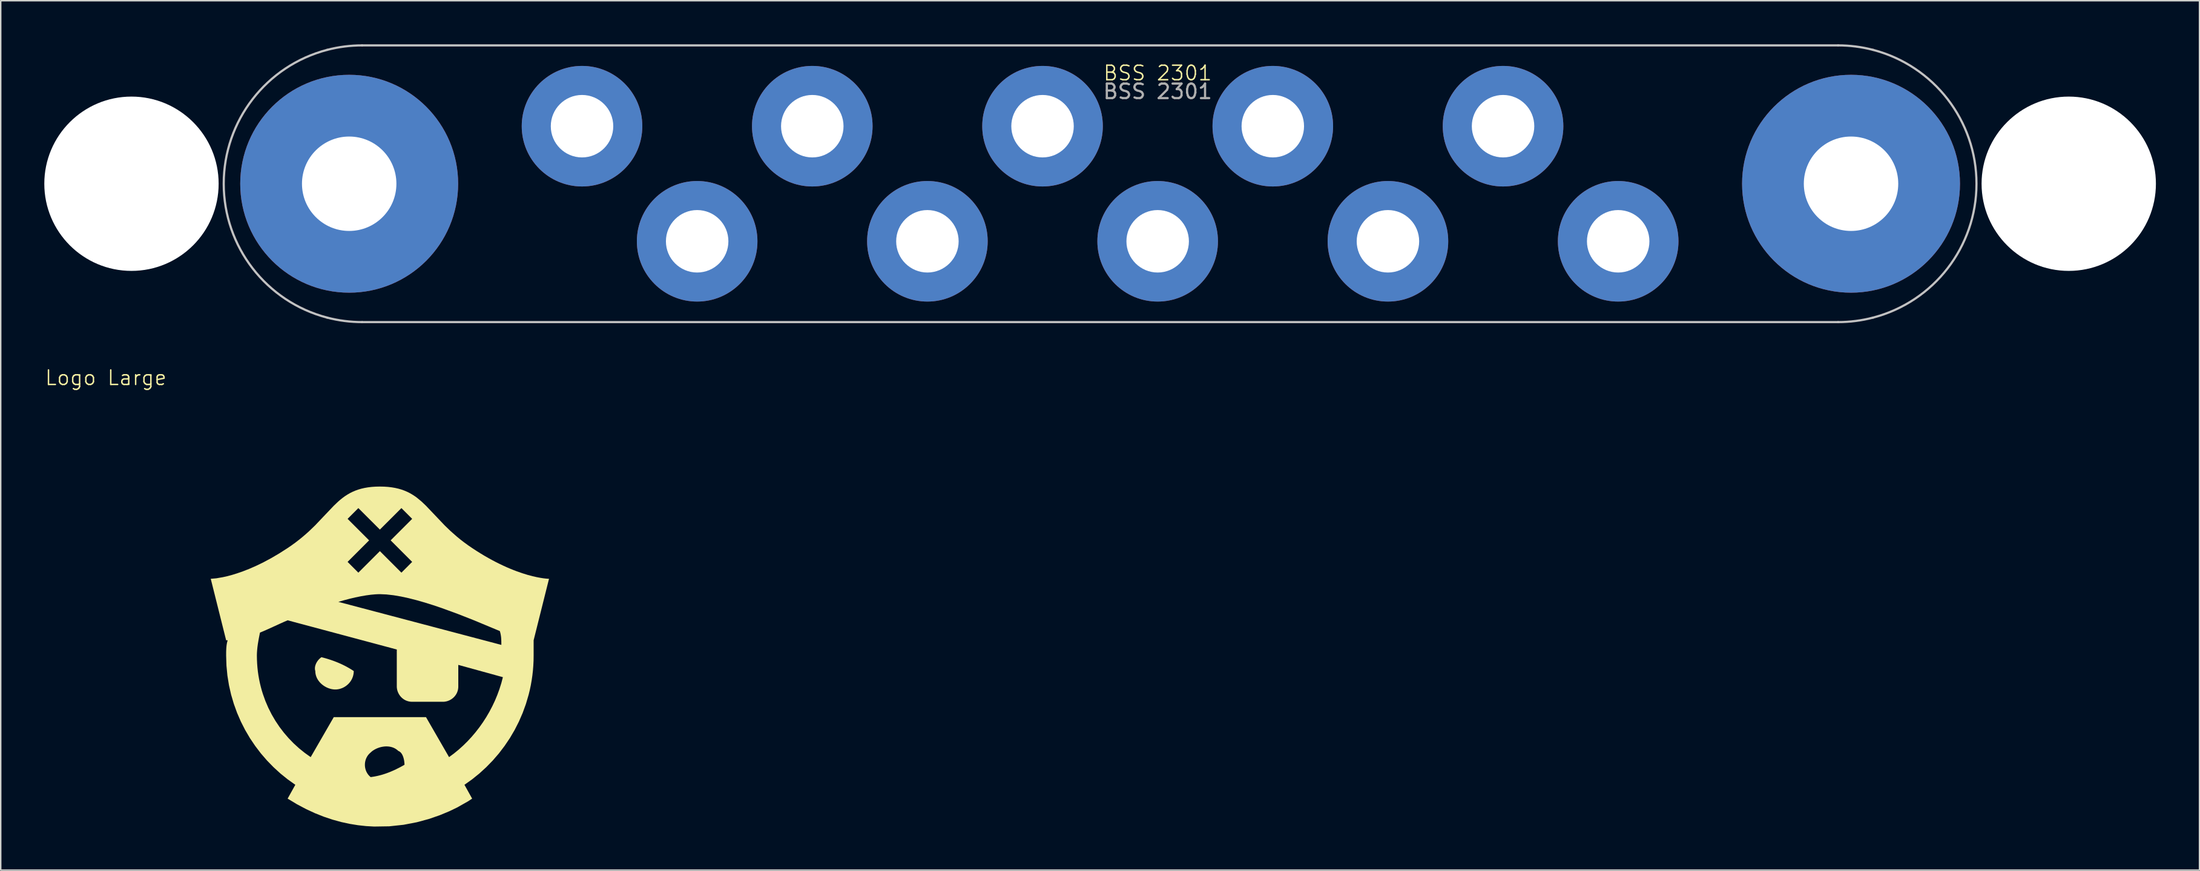
<source format=kicad_pcb>
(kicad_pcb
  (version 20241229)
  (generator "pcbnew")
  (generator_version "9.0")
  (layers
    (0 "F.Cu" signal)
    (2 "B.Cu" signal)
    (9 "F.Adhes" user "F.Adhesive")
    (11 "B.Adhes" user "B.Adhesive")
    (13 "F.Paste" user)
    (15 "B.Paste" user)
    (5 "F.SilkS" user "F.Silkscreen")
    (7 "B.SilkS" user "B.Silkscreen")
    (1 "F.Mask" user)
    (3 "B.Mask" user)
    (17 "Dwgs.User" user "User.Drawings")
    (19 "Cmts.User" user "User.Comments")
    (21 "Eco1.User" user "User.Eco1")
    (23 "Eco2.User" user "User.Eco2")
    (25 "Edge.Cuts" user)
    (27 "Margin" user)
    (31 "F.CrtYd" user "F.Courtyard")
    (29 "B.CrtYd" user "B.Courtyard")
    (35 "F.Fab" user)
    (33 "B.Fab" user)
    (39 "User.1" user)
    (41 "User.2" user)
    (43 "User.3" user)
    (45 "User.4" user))
  (footprint "BSS 2301"
    (layer "F.Cu")
    (at 76.637 9.6)
    (property "Reference" "BSS 2301" (at 0 -7.62 0) (unlocked yes) (layer "F.SilkS") (effects (font (size 1 1) (thickness 0.1))))
    (attr through_hole)
    (fp_line (start -54.762 -9.525) (end 46.838 -9.525) (stroke (width 0.15) (type solid)) (layer "Dwgs.User"))
    (fp_line (start 46.838 9.525) (end -54.762 9.525) (stroke (width 0.15) (type solid)) (layer "Dwgs.User"))
    (fp_arc (start -57.166739 -9.216552) (mid -55.974421 -9.447569) (end -54.762399 -9.525) (stroke (width 0.15) (type solid)) (layer "Dwgs.User"))
    (fp_arc (start -57.166738 9.216549) (mid -64.2874 0) (end -57.166738 -9.216549) (stroke (width 0.15) (type solid)) (layer "Dwgs.User"))
    (fp_arc (start -54.762399 9.525) (mid -55.974421 9.447573) (end -57.166739 9.21655) (stroke (width 0.15) (type solid)) (layer "Dwgs.User"))
    (fp_arc (start 46.837599 -9.525) (mid 48.049621 -9.447573) (end 49.241939 -9.21655) (stroke (width 0.15) (type solid)) (layer "Dwgs.User"))
    (fp_arc (start 49.241938 -9.216549) (mid 56.3626 0) (end 49.241938 9.216549) (stroke (width 0.15) (type solid)) (layer "Dwgs.User"))
    (fp_arc (start 49.241939 9.216552) (mid 48.049621 9.447573) (end 46.837599 9.525) (stroke (width 0.15) (type solid)) (layer "Dwgs.User"))
    (fp_text user "${REFERENCE}" (at 0 -6.35 0) (unlocked yes) (layer "F.Fab") (effects (font (size 1 1) (thickness 0.15))))
    (pad "" np_thru_hole circle (at -70.637 0) (size 12 12) (drill 12) (layers "*.Cu" "*.Mask"))
    (pad "" np_thru_hole circle (at 62.713 0) (size 12 12) (drill 12) (layers "*.Cu" "*.Mask"))
    (pad "1" thru_hole circle (at -55.651 0) (size 15 15) (drill 6.5) (layers "*.Cu" "*.Mask"))
    (pad "2" thru_hole circle (at -39.624 -3.962) (size 8.3 8.3) (drill 4.3) (layers "*.Cu" "*.Mask"))
    (pad "3" thru_hole circle (at -31.699 3.962) (size 8.3 8.3) (drill 4.3) (layers "*.Cu" "*.Mask"))
    (pad "4" thru_hole circle (at -23.774 -3.962) (size 8.3 8.3) (drill 4.3) (layers "*.Cu" "*.Mask"))
    (pad "5" thru_hole circle (at -15.85 3.962) (size 8.3 8.3) (drill 4.3) (layers "*.Cu" "*.Mask"))
    (pad "6" thru_hole circle (at -7.925 -3.962) (size 8.3 8.3) (drill 4.3) (layers "*.Cu" "*.Mask"))
    (pad "7" thru_hole circle (at 0 3.962) (size 8.3 8.3) (drill 4.3) (layers "*.Cu" "*.Mask"))
    (pad "8" thru_hole circle (at 7.925 -3.962) (size 8.3 8.3) (drill 4.3) (layers "*.Cu" "*.Mask"))
    (pad "9" thru_hole circle (at 15.85 3.962) (size 8.3 8.3) (drill 4.3) (layers "*.Cu" "*.Mask"))
    (pad "10" thru_hole circle (at 23.774 -3.962) (size 8.3 8.3) (drill 4.3) (layers "*.Cu" "*.Mask"))
    (pad "11" thru_hole circle (at 31.699 3.962) (size 8.3 8.3) (drill 4.3) (layers "*.Cu" "*.Mask"))
    (pad "12" thru_hole circle (at 47.727 0) (size 15 15) (drill 6.5) (layers "*.Cu" "*.Mask")))
  (footprint "Logo Large"
    (layer "F.Cu")
    (at 22.943 43.138)
    (property "Reference" "Logo Large" (at -18.703 -20.177 0) (unlocked yes) (layer "F.SilkS") (effects (font (size 1 1) (thickness 0.1))))
    (attr smd)
    (fp_poly (pts (xy -3.708 -0.901) (xy -3.553 -0.858) (xy -3.401 -0.812) (xy -3.251 -0.764) (xy -3.103 -0.713) (xy -2.958 -0.66) (xy -2.815 -0.604) (xy -2.675 -0.546) (xy -2.537 -0.485) (xy -2.402 -0.422) (xy -2.269 -0.356) (xy -2.139 -0.288) (xy -2.012 -0.217) (xy -1.886 -0.144) (xy -1.763 -0.068) (xy -1.643 0.01) (xy -1.645 0.079) (xy -1.65 0.146) (xy -1.659 0.213) (xy -1.672 0.277) (xy -1.687 0.341) (xy -1.706 0.402) (xy -1.728 0.463) (xy -1.752 0.521) (xy -1.78 0.578) (xy -1.81 0.633) (xy -1.842 0.686) (xy -1.878 0.737) (xy -1.915 0.787) (xy -1.955 0.834) (xy -1.996 0.88) (xy -2.04 0.923) (xy -2.086 0.964) (xy -2.133 1.003) (xy -2.182 1.039) (xy -2.232 1.074) (xy -2.284 1.105) (xy -2.337 1.135) (xy -2.392 1.162) (xy -2.447 1.186) (xy -2.503 1.207) (xy -2.56 1.226) (xy -2.618 1.243) (xy -2.676 1.256) (xy -2.735 1.266) (xy -2.794 1.274) (xy -2.854 1.279) (xy -2.913 1.28) (xy -2.973 1.279) (xy -3.033 1.274) (xy -3.094 1.266) (xy -3.155 1.256) (xy -3.215 1.243) (xy -3.276 1.226) (xy -3.336 1.207) (xy -3.396 1.186) (xy -3.455 1.162) (xy -3.514 1.135) (xy -3.571 1.105) (xy -3.628 1.074) (xy -3.683 1.039) (xy -3.736 1.003) (xy -3.789 0.964) (xy -3.839 0.923) (xy -3.888 0.88) (xy -3.935 0.834) (xy -3.979 0.787) (xy -4.021 0.737) (xy -4.061 0.686) (xy -4.098 0.633) (xy -4.132 0.578) (xy -4.163 0.521) (xy -4.192 0.463) (xy -4.216 0.402) (xy -4.238 0.341) (xy -4.256 0.277) (xy -4.27 0.213) (xy -4.281 0.146) (xy -4.287 0.079) (xy -4.289 0.01) (xy -4.298 -0.02) (xy -4.305 -0.051) (xy -4.311 -0.082) (xy -4.314 -0.113) (xy -4.316 -0.145) (xy -4.316 -0.178) (xy -4.315 -0.21) (xy -4.312 -0.243) (xy -4.308 -0.276) (xy -4.302 -0.309) (xy -4.294 -0.342) (xy -4.285 -0.375) (xy -4.275 -0.408) (xy -4.263 -0.441) (xy -4.25 -0.473) (xy -4.236 -0.506) (xy -4.204 -0.57) (xy -4.167 -0.632) (xy -4.126 -0.692) (xy -4.081 -0.749) (xy -4.032 -0.803) (xy -3.979 -0.854) (xy -3.952 -0.878) (xy -3.924 -0.9) (xy -3.895 -0.922) (xy -3.866 -0.942)) (stroke (width 0) (type solid)) (fill yes) (layer "F.SilkS"))
    (fp_poly (pts (xy 0.445 -12.684) (xy 0.716 -12.666) (xy 0.97 -12.636) (xy 1.21 -12.595) (xy 1.436 -12.543) (xy 1.649 -12.481) (xy 1.85 -12.408) (xy 2.041 -12.326) (xy 2.223 -12.235) (xy 2.396 -12.134) (xy 2.563 -12.026) (xy 2.723 -11.909) (xy 3.032 -11.652) (xy 3.331 -11.367) (xy 4.621 -10.011) (xy 5.013 -9.633) (xy 5.452 -9.246) (xy 5.691 -9.05) (xy 5.946 -8.853) (xy 6.217 -8.655) (xy 6.506 -8.457) (xy 6.801 -8.264) (xy 7.089 -8.084) (xy 7.37 -7.915) (xy 7.645 -7.758) (xy 7.913 -7.611) (xy 8.173 -7.475) (xy 8.427 -7.349) (xy 8.672 -7.233) (xy 8.91 -7.126) (xy 9.14 -7.028) (xy 9.362 -6.938) (xy 9.576 -6.857) (xy 9.977 -6.717) (xy 10.342 -6.604) (xy 10.671 -6.517) (xy 10.96 -6.452) (xy 11.21 -6.405) (xy 11.417 -6.373) (xy 11.581 -6.354) (xy 11.7 -6.344) (xy 11.798 -6.34) (xy 10.739 -2.107) (xy 10.739 -1.048) (xy 10.734 -0.702) (xy 10.717 -0.359) (xy 10.69 -0.018) (xy 10.652 0.319) (xy 10.603 0.653) (xy 10.545 0.984) (xy 10.476 1.312) (xy 10.397 1.636) (xy 10.21 2.271) (xy 9.986 2.89) (xy 9.725 3.491) (xy 9.43 4.071) (xy 9.101 4.631) (xy 8.739 5.168) (xy 8.348 5.682) (xy 7.926 6.17) (xy 7.477 6.631) (xy 7.002 7.065) (xy 6.501 7.469) (xy 5.977 7.842) (xy 6.506 8.794) (xy 6.238 8.972) (xy 5.474 9.404) (xy 4.925 9.668) (xy 4.274 9.938) (xy 3.528 10.196) (xy 2.696 10.421) (xy 1.784 10.596) (xy 0.801 10.701) (xy -0.247 10.717) (xy -0.793 10.686) (xy -1.352 10.625) (xy -1.924 10.532) (xy -2.507 10.406) (xy -3.1 10.242) (xy -3.704 10.04) (xy -4.316 9.797) (xy -4.935 9.509) (xy -5.562 9.176) (xy -6.194 8.794) (xy -5.665 7.842) (xy -6.189 7.469) (xy -6.69 7.065) (xy -7.165 6.631) (xy -7.326 6.466) (xy -0.876 6.466) (xy -0.874 6.525) (xy -0.87 6.585) (xy -0.862 6.644) (xy -0.851 6.702) (xy -0.837 6.76) (xy -0.82 6.818) (xy -0.8 6.874) (xy -0.777 6.929) (xy -0.75 6.983) (xy -0.721 7.035) (xy -0.688 7.086) (xy -0.653 7.136) (xy -0.614 7.183) (xy -0.572 7.228) (xy -0.527 7.272) (xy -0.479 7.313) (xy -0.321 7.29) (xy -0.166 7.263) (xy -0.013 7.231) (xy 0.138 7.195) (xy 0.287 7.155) (xy 0.434 7.11) (xy 0.58 7.061) (xy 0.725 7.008) (xy 0.868 6.952) (xy 1.01 6.892) (xy 1.152 6.829) (xy 1.292 6.762) (xy 1.571 6.62) (xy 1.849 6.466) (xy 1.848 6.404) (xy 1.844 6.338) (xy 1.837 6.269) (xy 1.828 6.198) (xy 1.815 6.126) (xy 1.799 6.053) (xy 1.78 5.981) (xy 1.757 5.91) (xy 1.73 5.842) (xy 1.715 5.809) (xy 1.699 5.778) (xy 1.683 5.747) (xy 1.665 5.717) (xy 1.646 5.689) (xy 1.626 5.662) (xy 1.605 5.637) (xy 1.583 5.613) (xy 1.56 5.592) (xy 1.535 5.572) (xy 1.51 5.554) (xy 1.483 5.538) (xy 1.455 5.525) (xy 1.426 5.513) (xy 1.375 5.466) (xy 1.322 5.423) (xy 1.267 5.384) (xy 1.21 5.349) (xy 1.151 5.318) (xy 1.09 5.29) (xy 1.028 5.267) (xy 0.965 5.247) (xy 0.9 5.231) (xy 0.835 5.218) (xy 0.769 5.209) (xy 0.702 5.203) (xy 0.635 5.2) (xy 0.568 5.2) (xy 0.501 5.203) (xy 0.434 5.209) (xy 0.301 5.229) (xy 0.17 5.26) (xy 0.044 5.301) (xy -0.077 5.35) (xy -0.191 5.407) (xy -0.297 5.471) (xy -0.347 5.506) (xy -0.394 5.542) (xy -0.438 5.58) (xy -0.479 5.619) (xy -0.527 5.66) (xy -0.572 5.703) (xy -0.614 5.749) (xy -0.653 5.796) (xy -0.688 5.845) (xy -0.721 5.896) (xy -0.75 5.949) (xy -0.777 6.003) (xy -0.8 6.058) (xy -0.82 6.114) (xy -0.837 6.171) (xy -0.851 6.229) (xy -0.862 6.288) (xy -0.87 6.347) (xy -0.874 6.406) (xy -0.876 6.466) (xy -7.326 6.466) (xy -7.614 6.17) (xy -8.036 5.682) (xy -8.427 5.168) (xy -8.789 4.631) (xy -9.118 4.071) (xy -9.413 3.491) (xy -9.674 2.89) (xy -9.898 2.271) (xy -10.085 1.636) (xy -10.233 0.984) (xy -10.34 0.319) (xy -10.405 -0.359) (xy -10.427 -1.048) (xy -8.311 -1.048) (xy -8.306 -0.772) (xy -8.293 -0.498) (xy -8.272 -0.226) (xy -8.243 0.042) (xy -8.205 0.307) (xy -8.159 0.57) (xy -8.106 0.829) (xy -8.044 1.085) (xy -7.976 1.337) (xy -7.899 1.586) (xy -7.725 2.073) (xy -7.522 2.545) (xy -7.292 3) (xy -7.036 3.438) (xy -6.755 3.857) (xy -6.45 4.257) (xy -6.123 4.637) (xy -5.774 4.996) (xy -5.404 5.333) (xy -5.014 5.647) (xy -4.607 5.937) (xy -3.019 3.185) (xy 3.331 3.185) (xy 4.918 5.937) (xy 5.251 5.69) (xy 5.573 5.427) (xy 5.883 5.148) (xy 6.182 4.854) (xy 6.468 4.545) (xy 6.742 4.223) (xy 7.001 3.889) (xy 7.247 3.542) (xy 7.477 3.185) (xy 7.692 2.817) (xy 7.891 2.439) (xy 8.074 2.052) (xy 8.238 1.658) (xy 8.385 1.256) (xy 8.514 0.848) (xy 8.623 0.433) (xy 5.553 -0.413) (xy 5.553 1.068) (xy 5.552 1.127) (xy 5.547 1.185) (xy 5.54 1.241) (xy 5.53 1.296) (xy 5.517 1.35) (xy 5.501 1.402) (xy 5.483 1.453) (xy 5.463 1.502) (xy 5.44 1.549) (xy 5.415 1.595) (xy 5.387 1.64) (xy 5.358 1.682) (xy 5.327 1.723) (xy 5.294 1.763) (xy 5.259 1.8) (xy 5.223 1.836) (xy 5.185 1.87) (xy 5.145 1.901) (xy 5.105 1.931) (xy 5.063 1.959) (xy 5.019 1.985) (xy 4.975 2.009) (xy 4.93 2.031) (xy 4.884 2.051) (xy 4.837 2.068) (xy 4.789 2.084) (xy 4.741 2.097) (xy 4.693 2.107) (xy 4.644 2.116) (xy 4.594 2.122) (xy 4.545 2.126) (xy 4.495 2.127) (xy 2.378 2.127) (xy 2.32 2.125) (xy 2.262 2.121) (xy 2.206 2.113) (xy 2.151 2.103) (xy 2.097 2.09) (xy 2.045 2.074) (xy 1.994 2.056) (xy 1.945 2.036) (xy 1.898 2.013) (xy 1.852 1.988) (xy 1.807 1.961) (xy 1.765 1.931) (xy 1.724 1.9) (xy 1.684 1.867) (xy 1.647 1.832) (xy 1.611 1.796) (xy 1.577 1.758) (xy 1.546 1.719) (xy 1.516 1.678) (xy 1.488 1.636) (xy 1.462 1.593) (xy 1.438 1.548) (xy 1.416 1.503) (xy 1.396 1.457) (xy 1.379 1.41) (xy 1.363 1.363) (xy 1.35 1.314) (xy 1.34 1.266) (xy 1.331 1.217) (xy 1.325 1.168) (xy 1.321 1.118) (xy 1.32 1.068) (xy 1.32 -1.472) (xy -6.194 -3.482) (xy -6.467 -3.364) (xy -6.73 -3.246) (xy -7.226 -3.019) (xy -7.682 -2.813) (xy -7.896 -2.72) (xy -8.099 -2.636) (xy -8.177 -2.239) (xy -8.212 -2.04) (xy -8.245 -1.842) (xy -8.272 -1.644) (xy -8.292 -1.445) (xy -8.306 -1.247) (xy -8.309 -1.147) (xy -8.311 -1.048) (xy -10.427 -1.048) (xy -10.426 -1.303) (xy -10.422 -1.439) (xy -10.414 -1.577) (xy -10.402 -1.716) (xy -10.393 -1.784) (xy -10.383 -1.852) (xy -10.371 -1.918) (xy -10.356 -1.983) (xy -10.34 -2.046) (xy -10.322 -2.107) (xy -10.427 -2.107) (xy -11.089 -4.752) (xy -2.702 -4.752) (xy 8.517 -1.789) (xy 8.515 -2.027) (xy 8.511 -2.146) (xy 8.504 -2.265) (xy 8.498 -2.325) (xy 8.491 -2.384) (xy 8.482 -2.444) (xy 8.472 -2.503) (xy 8.46 -2.563) (xy 8.446 -2.623) (xy 8.43 -2.682) (xy 8.411 -2.742) (xy 6.6 -3.496) (xy 5.529 -3.917) (xy 4.403 -4.329) (xy 3.831 -4.522) (xy 3.261 -4.701) (xy 2.697 -4.863) (xy 2.145 -5.004) (xy 1.61 -5.12) (xy 1.097 -5.207) (xy 0.61 -5.262) (xy 0.156 -5.282) (xy 0.013 -5.279) (xy -0.136 -5.272) (xy -0.454 -5.244) (xy -0.795 -5.198) (xy -1.154 -5.136) (xy -1.528 -5.059) (xy -1.913 -4.969) (xy -2.305 -4.866) (xy -2.702 -4.752) (xy -11.089 -4.752) (xy -11.486 -6.34) (xy -11.105 -6.373) (xy -10.649 -6.452) (xy -10.359 -6.517) (xy -10.03 -6.604) (xy -9.665 -6.717) (xy -9.264 -6.857) (xy -8.828 -7.028) (xy -8.36 -7.233) (xy -7.861 -7.475) (xy -7.807 -7.504) (xy -2.067 -7.504) (xy -1.326 -6.763) (xy 0.156 -8.245) (xy 1.638 -6.763) (xy 2.378 -7.504) (xy 0.897 -8.986) (xy 2.378 -10.467) (xy 1.638 -11.208) (xy 0.156 -9.727) (xy -1.326 -11.208) (xy -2.067 -10.467) (xy -0.585 -8.986) (xy -2.067 -7.504) (xy -7.807 -7.504) (xy -7.333 -7.758) (xy -6.777 -8.084) (xy -6.194 -8.457) (xy -5.905 -8.655) (xy -5.634 -8.853) (xy -5.38 -9.05) (xy -5.14 -9.246) (xy -4.914 -9.441) (xy -4.701 -9.633) (xy -4.309 -10.011) (xy -3.019 -11.367) (xy -2.72 -11.652) (xy -2.567 -11.784) (xy -2.411 -11.909) (xy -2.251 -12.026) (xy -2.084 -12.134) (xy -1.911 -12.235) (xy -1.729 -12.326) (xy -1.538 -12.408) (xy -1.337 -12.481) (xy -1.124 -12.543) (xy -0.898 -12.595) (xy -0.659 -12.636) (xy -0.404 -12.666) (xy -0.133 -12.684) (xy 0.156 -12.69)) (stroke (width 0) (type solid)) (fill yes) (layer "F.SilkS")))
  (gr_rect
    (start -3 -3)
    (end 148.35 56.855)
    (stroke (width 0.1) (type default))
    (fill no)
    (layer "Edge.Cuts")))
</source>
